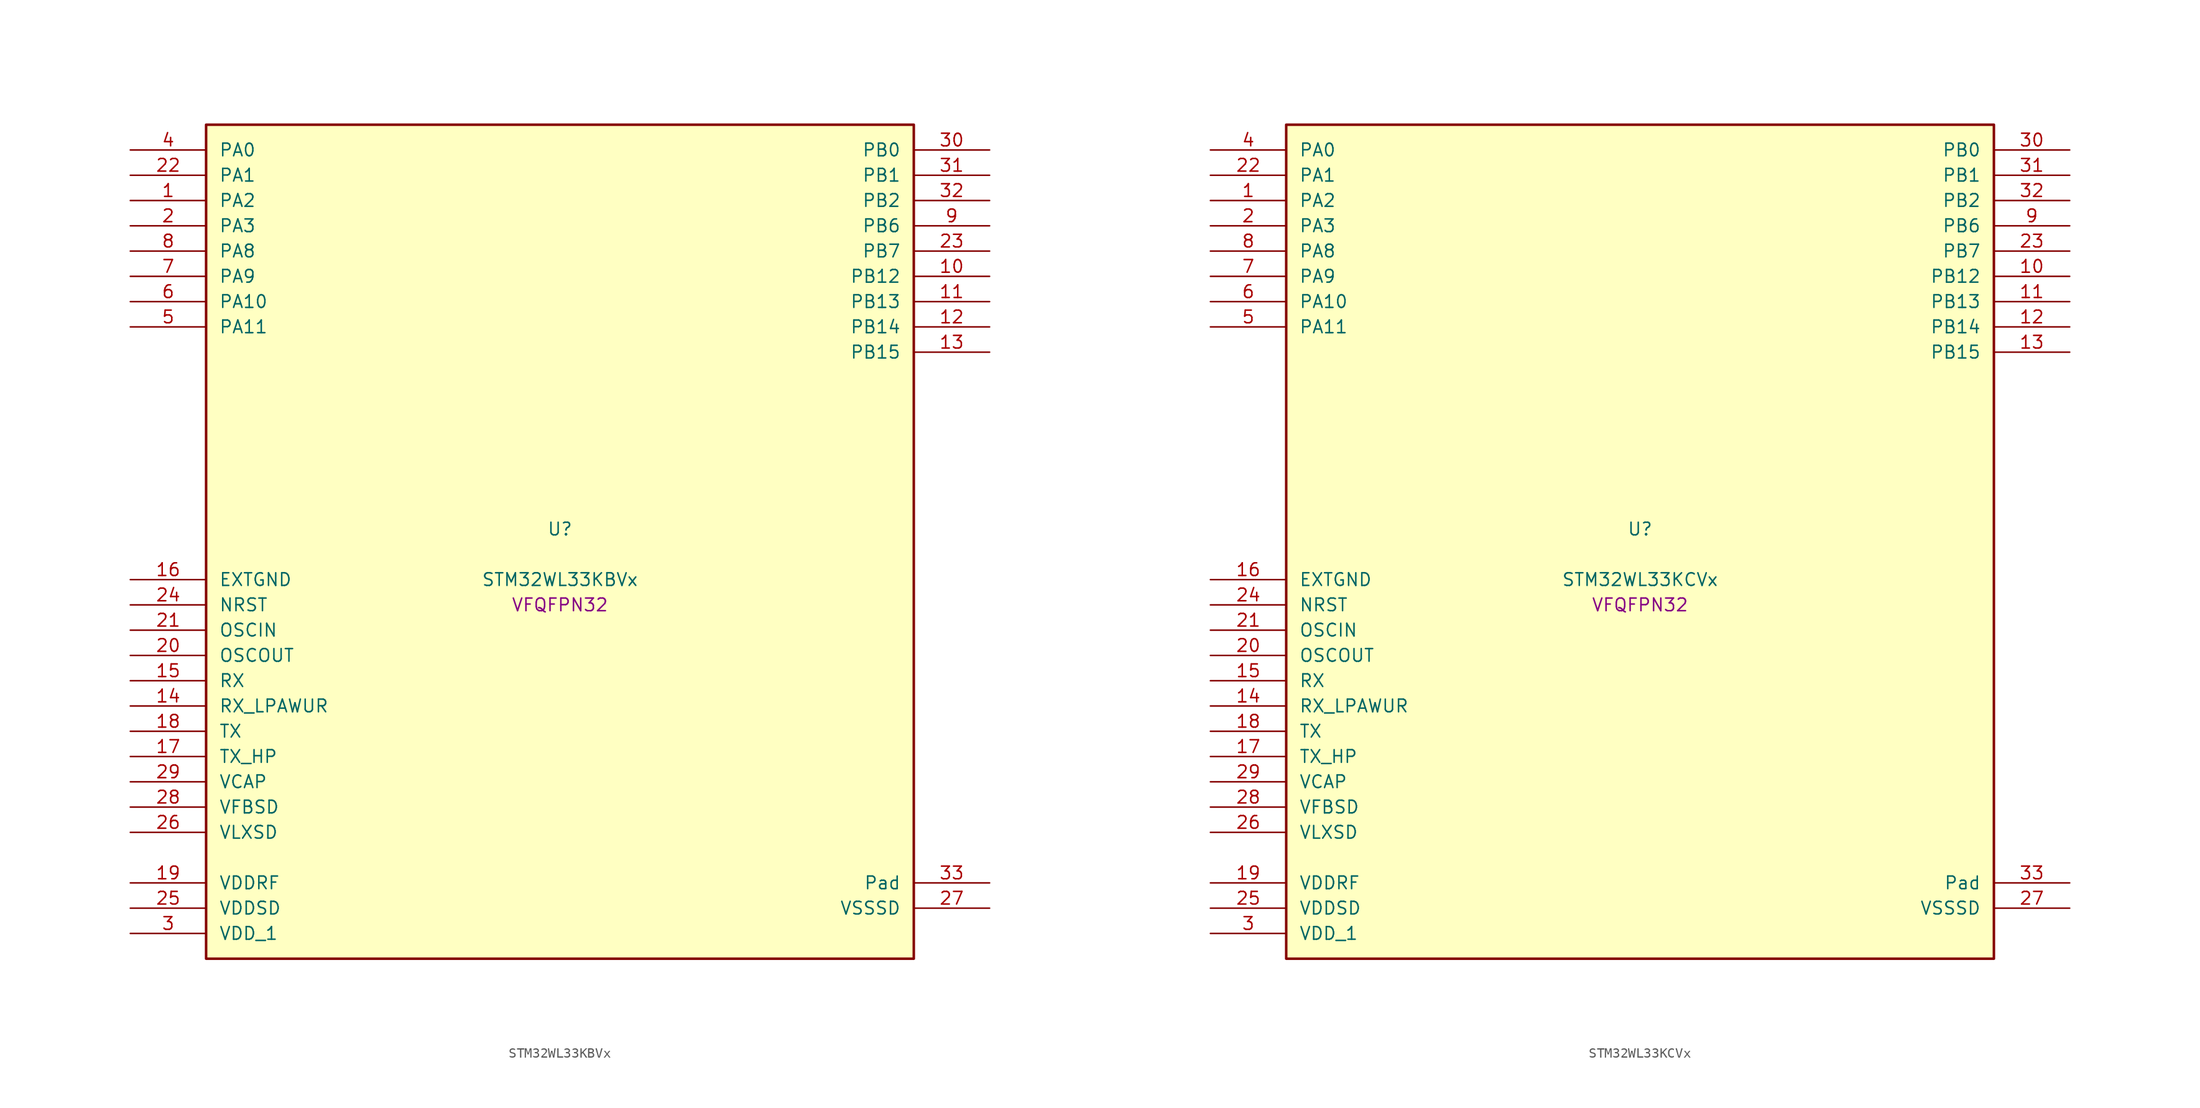
<source format=kicad_sym>
(kicad_symbol_lib
  (version 20241209)
  (generator "stm32_pkl_generator")
  (generator_version "1.0")
  (symbol "STM32WL33KBVx"
    (pin_names
      (offset 1.27))
    (property "Reference" "U"
      (at 0 2.54 0))
    (property "Value" "STM32WL33KBVx"
      (at 0 -2.54 0))
    (property "Footprint" "VFQFPN32"
      (at 0 -5.08 0))
    (symbol "STM32WL33KBVx_1_1"
      (rectangle (start -35.56 43.18) (end 35.56 -40.64) (stroke (width 0.254) (type solid)) (fill (type background)))
      (pin bidirectional line (at -43.18 40.64 0) (length 7.62) (name "PA0") (number "4") (alternate "PA0/I2C1_SCL" bidirectional line) (alternate "PA0/LCD_COM4" bidirectional line) (alternate "PA0/LCD_SEG12" bidirectional line) (alternate "PA0/PWR_WKUP12" bidirectional line) (alternate "PA0/TIM2_CH3" bidirectional line) (alternate "PA0/USART1_CTS" bidirectional line))
      (pin bidirectional line (at -43.18 38.1 0) (length 7.62) (name "PA1") (number "22") (alternate "PA1/I2C1_SDA" bidirectional line) (alternate "PA1/LCD_SEG0" bidirectional line) (alternate "PA1/PWR_WKUP13" bidirectional line) (alternate "PA1/TIM16_BRK" bidirectional line) (alternate "PA1/TIM2_CH4" bidirectional line) (alternate "PA1/USART1_TX" bidirectional line))
      (pin bidirectional line (at -43.18 35.56 0) (length 7.62) (name "PA2") (number "1") (alternate "PA2/ADC1_VINM2" bidirectional line) (alternate "PA2/DEBUG_SWDIO" bidirectional line) (alternate "PA2/I2S3_MCK" bidirectional line) (alternate "PA2/LCD_SEG1" bidirectional line) (alternate "PA2/PWR_WKUP14" bidirectional line) (alternate "PA2/TIM16_CH1" bidirectional line) (alternate "PA2/TIM2_CH1" bidirectional line) (alternate "PA2/USART1_CK" bidirectional line))
      (pin bidirectional line (at -43.18 33.02 0) (length 7.62) (name "PA3") (number "2") (alternate "PA3/ADC1_VINP2" bidirectional line) (alternate "PA3/DEBUG_SWCLK" bidirectional line) (alternate "PA3/I2S3_CK" bidirectional line) (alternate "PA3/LCD_SEG2" bidirectional line) (alternate "PA3/PWR_WKUP15" bidirectional line) (alternate "PA3/SPI3_SCK" bidirectional line) (alternate "PA3/TIM16_CH1N" bidirectional line) (alternate "PA3/TIM2_CH2" bidirectional line) (alternate "PA3/USART1_DE" bidirectional line) (alternate "PA3/USART1_RTS" bidirectional line))
      (pin bidirectional line (at -43.18 30.48 0) (length 7.62) (name "PA8") (number "8") (alternate "PA8/LCD_COM0" bidirectional line) (alternate "PA8/MRSUBG_RX_SEQUENCE" bidirectional line) (alternate "PA8/PWR_WKUP8" bidirectional line) (alternate "PA8/RTC_OUT" bidirectional line) (alternate "PA8/RTC_TAMP1" bidirectional line) (alternate "PA8/RTC_TS" bidirectional line) (alternate "PA8/SPI3_MISO" bidirectional line) (alternate "PA8/TIM2_CH3" bidirectional line) (alternate "PA8/USART1_RX" bidirectional line))
      (pin bidirectional line (at -43.18 27.94 0) (length 7.62) (name "PA9") (number "7") (alternate "PA9/I2S3_WS" bidirectional line) (alternate "PA9/LCD_SEG3" bidirectional line) (alternate "PA9/PWR_WKUP9" bidirectional line) (alternate "PA9/RTC_OUT" bidirectional line) (alternate "PA9/SPI3_NSS" bidirectional line) (alternate "PA9/TIM2_CH4" bidirectional line) (alternate "PA9/USART1_TX" bidirectional line))
      (pin bidirectional line (at -43.18 25.4 0) (length 7.62) (name "PA10") (number "6") (alternate "PA10/I2S3_MCK" bidirectional line) (alternate "PA10/LCD_SEG4" bidirectional line) (alternate "PA10/LPUART1_CTS" bidirectional line) (alternate "PA10/MRSUBG_TX_DATA" bidirectional line) (alternate "PA10/MRSUBG_TX_SEQUENCE" bidirectional line) (alternate "PA10/PWR_WKUP10" bidirectional line))
      (pin bidirectional line (at -43.18 22.86 0) (length 7.62) (name "PA11") (number "5") (alternate "PA11/I2S3_SD" bidirectional line) (alternate "PA11/LCD_SEG5" bidirectional line) (alternate "PA11/MRSUBG_RX_SEQUENCE" bidirectional line) (alternate "PA11/MRSUBG_TX_CLOCK" bidirectional line) (alternate "PA11/PWR_WKUP11" bidirectional line) (alternate "PA11/RCC_MCO" bidirectional line) (alternate "PA11/SPI3_MOSI" bidirectional line))
      (pin bidirectional line (at 43.18 40.64 180) (length 7.62) (name "PB0") (number "30") (alternate "PB0/ADC1_VINM1" bidirectional line) (alternate "PB0/COMP1_INM" bidirectional line) (alternate "PB0/LCD_COM1" bidirectional line) (alternate "PB0/LPUART1_DE" bidirectional line) (alternate "PB0/LPUART1_RTS" bidirectional line) (alternate "PB0/MRSUBG_ANTENNA_SWITCH" bidirectional line) (alternate "PB0/PWR_WKUP0" bidirectional line) (alternate "PB0/TIM16_CH1" bidirectional line) (alternate "PB0/USART1_RX" bidirectional line))
      (pin bidirectional line (at 43.18 38.1 180) (length 7.62) (name "PB1") (number "31") (alternate "PB1/ADC1_VINP1" bidirectional line) (alternate "PB1/COMP1_INP" bidirectional line) (alternate "PB1/DEBUG_SWDIO" bidirectional line) (alternate "PB1/LCD_SEG6" bidirectional line) (alternate "PB1/LCSC_LCA" bidirectional line) (alternate "PB1/MRSUBG_RX_DATA" bidirectional line) (alternate "PB1/PWR_WKUP1" bidirectional line) (alternate "PB1/TIM16_CH1N" bidirectional line) (alternate "PB1/USART1_CK" bidirectional line))
      (pin bidirectional line (at 43.18 35.56 180) (length 7.62) (name "PB2") (number "32") (alternate "PB2/ADC1_VINM0" bidirectional line) (alternate "PB2/COMP1_INP" bidirectional line) (alternate "PB2/DEBUG_SWCLK" bidirectional line) (alternate "PB2/LCD_SEG7" bidirectional line) (alternate "PB2/LCSC_LCT" bidirectional line) (alternate "PB2/MRSUBG_RX_CLOCK" bidirectional line) (alternate "PB2/PWR_WKUP2" bidirectional line) (alternate "PB2/TIM16_BRK" bidirectional line) (alternate "PB2/USART1_DE" bidirectional line) (alternate "PB2/USART1_RTS" bidirectional line))
      (pin bidirectional line (at 43.18 33.02 180) (length 7.62) (name "PB6") (number "9") (alternate "PB6/COMP1_OUT" bidirectional line) (alternate "PB6/I2C1_SCL" bidirectional line) (alternate "PB6/I2S3_CK" bidirectional line) (alternate "PB6/LCD_COM7" bidirectional line) (alternate "PB6/LCD_SEG15" bidirectional line) (alternate "PB6/LPUART1_TX" bidirectional line) (alternate "PB6/PWR_WKUP6" bidirectional line) (alternate "PB6/SPI3_SCK" bidirectional line) (alternate "PB6/TIM2_CH3" bidirectional line))
      (pin bidirectional line (at 43.18 30.48 180) (length 7.62) (name "PB7") (number "23") (alternate "PB7/I2C1_SDA" bidirectional line) (alternate "PB7/I2S3_SD" bidirectional line) (alternate "PB7/LCD_COM2" bidirectional line) (alternate "PB7/LPUART1_RX" bidirectional line) (alternate "PB7/PWR_WKUP7" bidirectional line) (alternate "PB7/SPI3_MOSI" bidirectional line) (alternate "PB7/TIM2_ETR" bidirectional line))
      (pin bidirectional line (at 43.18 27.94 180) (length 7.62) (name "PB12") (number "10") (alternate "PB12/LPUART1_CTS" bidirectional line) (alternate "PB12/RCC_LCO" bidirectional line) (alternate "PB12/RCC_OSC32_OUT" bidirectional line) (alternate "PB12/TIM2_CH3" bidirectional line) (alternate "PB12/USART1_DE" bidirectional line) (alternate "PB12/USART1_RTS" bidirectional line))
      (pin bidirectional line (at 43.18 25.4 180) (length 7.62) (name "PB13") (number "11") (alternate "PB13/I2C2_SMBA" bidirectional line) (alternate "PB13/RCC_OSC32_IN" bidirectional line) (alternate "PB13/TIM2_CH4" bidirectional line))
      (pin bidirectional line (at 43.18 22.86 180) (length 7.62) (name "PB14") (number "12") (alternate "PB14/I2C1_SMBA" bidirectional line) (alternate "PB14/LCD_COM3" bidirectional line) (alternate "PB14/MRSUBG_TX_SEQUENCE" bidirectional line) (alternate "PB14/PWR_PVD_IN" bidirectional line) (alternate "PB14/RCC_MCO" bidirectional line) (alternate "PB14/TIM2_ETR" bidirectional line) (alternate "PB14/USART1_RX" bidirectional line))
      (pin bidirectional line (at 43.18 20.32 180) (length 7.62) (name "PB15") (number "13") (alternate "PB15/COMP1_OUT" bidirectional line) (alternate "PB15/LCD_VLCD" bidirectional line) (alternate "PB15/USART1_TX" bidirectional line))
      (pin power_in line (at -43.18 -2.54 0) (length 7.62) (name "EXTGND") (number "16"))
      (pin input line (at -43.18 -5.08 0) (length 7.62) (name "NRST") (number "24"))
      (pin bidirectional line (at -43.18 -7.62 0) (length 7.62) (name "OSCIN") (number "21") (alternate "OSCIN/RCC_OSC_IN" bidirectional line))
      (pin bidirectional line (at -43.18 -10.16 0) (length 7.62) (name "OSCOUT") (number "20") (alternate "OSCOUT/RCC_OSC_OUT" bidirectional line))
      (pin input line (at -43.18 -12.7 0) (length 7.62) (name "RX") (number "15"))
      (pin input line (at -43.18 -15.24 0) (length 7.62) (name "RX_LPAWUR") (number "14"))
      (pin input line (at -43.18 -17.78 0) (length 7.62) (name "TX") (number "18"))
      (pin input line (at -43.18 -20.32 0) (length 7.62) (name "TX_HP") (number "17"))
      (pin power_in line (at -43.18 -22.86 0) (length 7.62) (name "VCAP") (number "29"))
      (pin power_in line (at -43.18 -25.4 0) (length 7.62) (name "VFBSD") (number "28"))
      (pin power_in line (at -43.18 -27.94 0) (length 7.62) (name "VLXSD") (number "26"))
      (pin power_in line (at -43.18 -33.02 0) (length 7.62) (name "VDDRF") (number "19"))
      (pin power_in line (at -43.18 -35.56 0) (length 7.62) (name "VDDSD") (number "25"))
      (pin power_in line (at -43.18 -38.1 0) (length 7.62) (name "VDD_1") (number "3"))
      (pin passive line (at 43.18 -33.02 180) (length 7.62) (name "Pad") (number "33"))
      (pin power_in line (at 43.18 -35.56 180) (length 7.62) (name "VSSSD") (number "27"))))
  (symbol "STM32WL33KCVx"
    (pin_names
      (offset 1.27))
    (property "Reference" "U"
      (at 0 2.54 0))
    (property "Value" "STM32WL33KCVx"
      (at 0 -2.54 0))
    (property "Footprint" "VFQFPN32"
      (at 0 -5.08 0))
    (symbol "STM32WL33KCVx_1_1"
      (rectangle (start -35.56 43.18) (end 35.56 -40.64) (stroke (width 0.254) (type solid)) (fill (type background)))
      (pin bidirectional line (at -43.18 40.64 0) (length 7.62) (name "PA0") (number "4") (alternate "PA0/I2C1_SCL" bidirectional line) (alternate "PA0/LCD_COM4" bidirectional line) (alternate "PA0/LCD_SEG12" bidirectional line) (alternate "PA0/PWR_WKUP12" bidirectional line) (alternate "PA0/TIM2_CH3" bidirectional line) (alternate "PA0/USART1_CTS" bidirectional line))
      (pin bidirectional line (at -43.18 38.1 0) (length 7.62) (name "PA1") (number "22") (alternate "PA1/I2C1_SDA" bidirectional line) (alternate "PA1/LCD_SEG0" bidirectional line) (alternate "PA1/PWR_WKUP13" bidirectional line) (alternate "PA1/TIM16_BRK" bidirectional line) (alternate "PA1/TIM2_CH4" bidirectional line) (alternate "PA1/USART1_TX" bidirectional line))
      (pin bidirectional line (at -43.18 35.56 0) (length 7.62) (name "PA2") (number "1") (alternate "PA2/ADC1_VINM2" bidirectional line) (alternate "PA2/DEBUG_SWDIO" bidirectional line) (alternate "PA2/I2S3_MCK" bidirectional line) (alternate "PA2/LCD_SEG1" bidirectional line) (alternate "PA2/PWR_WKUP14" bidirectional line) (alternate "PA2/TIM16_CH1" bidirectional line) (alternate "PA2/TIM2_CH1" bidirectional line) (alternate "PA2/USART1_CK" bidirectional line))
      (pin bidirectional line (at -43.18 33.02 0) (length 7.62) (name "PA3") (number "2") (alternate "PA3/ADC1_VINP2" bidirectional line) (alternate "PA3/DEBUG_SWCLK" bidirectional line) (alternate "PA3/I2S3_CK" bidirectional line) (alternate "PA3/LCD_SEG2" bidirectional line) (alternate "PA3/PWR_WKUP15" bidirectional line) (alternate "PA3/SPI3_SCK" bidirectional line) (alternate "PA3/TIM16_CH1N" bidirectional line) (alternate "PA3/TIM2_CH2" bidirectional line) (alternate "PA3/USART1_DE" bidirectional line) (alternate "PA3/USART1_RTS" bidirectional line))
      (pin bidirectional line (at -43.18 30.48 0) (length 7.62) (name "PA8") (number "8") (alternate "PA8/LCD_COM0" bidirectional line) (alternate "PA8/MRSUBG_RX_SEQUENCE" bidirectional line) (alternate "PA8/PWR_WKUP8" bidirectional line) (alternate "PA8/RTC_OUT" bidirectional line) (alternate "PA8/RTC_TAMP1" bidirectional line) (alternate "PA8/RTC_TS" bidirectional line) (alternate "PA8/SPI3_MISO" bidirectional line) (alternate "PA8/TIM2_CH3" bidirectional line) (alternate "PA8/USART1_RX" bidirectional line))
      (pin bidirectional line (at -43.18 27.94 0) (length 7.62) (name "PA9") (number "7") (alternate "PA9/I2S3_WS" bidirectional line) (alternate "PA9/LCD_SEG3" bidirectional line) (alternate "PA9/PWR_WKUP9" bidirectional line) (alternate "PA9/RTC_OUT" bidirectional line) (alternate "PA9/SPI3_NSS" bidirectional line) (alternate "PA9/TIM2_CH4" bidirectional line) (alternate "PA9/USART1_TX" bidirectional line))
      (pin bidirectional line (at -43.18 25.4 0) (length 7.62) (name "PA10") (number "6") (alternate "PA10/I2S3_MCK" bidirectional line) (alternate "PA10/LCD_SEG4" bidirectional line) (alternate "PA10/LPUART1_CTS" bidirectional line) (alternate "PA10/MRSUBG_TX_DATA" bidirectional line) (alternate "PA10/MRSUBG_TX_SEQUENCE" bidirectional line) (alternate "PA10/PWR_WKUP10" bidirectional line))
      (pin bidirectional line (at -43.18 22.86 0) (length 7.62) (name "PA11") (number "5") (alternate "PA11/I2S3_SD" bidirectional line) (alternate "PA11/LCD_SEG5" bidirectional line) (alternate "PA11/MRSUBG_RX_SEQUENCE" bidirectional line) (alternate "PA11/MRSUBG_TX_CLOCK" bidirectional line) (alternate "PA11/PWR_WKUP11" bidirectional line) (alternate "PA11/RCC_MCO" bidirectional line) (alternate "PA11/SPI3_MOSI" bidirectional line))
      (pin bidirectional line (at 43.18 40.64 180) (length 7.62) (name "PB0") (number "30") (alternate "PB0/ADC1_VINM1" bidirectional line) (alternate "PB0/COMP1_INM" bidirectional line) (alternate "PB0/LCD_COM1" bidirectional line) (alternate "PB0/LPUART1_DE" bidirectional line) (alternate "PB0/LPUART1_RTS" bidirectional line) (alternate "PB0/MRSUBG_ANTENNA_SWITCH" bidirectional line) (alternate "PB0/PWR_WKUP0" bidirectional line) (alternate "PB0/TIM16_CH1" bidirectional line) (alternate "PB0/USART1_RX" bidirectional line))
      (pin bidirectional line (at 43.18 38.1 180) (length 7.62) (name "PB1") (number "31") (alternate "PB1/ADC1_VINP1" bidirectional line) (alternate "PB1/COMP1_INP" bidirectional line) (alternate "PB1/DEBUG_SWDIO" bidirectional line) (alternate "PB1/LCD_SEG6" bidirectional line) (alternate "PB1/LCSC_LCA" bidirectional line) (alternate "PB1/MRSUBG_RX_DATA" bidirectional line) (alternate "PB1/PWR_WKUP1" bidirectional line) (alternate "PB1/TIM16_CH1N" bidirectional line) (alternate "PB1/USART1_CK" bidirectional line))
      (pin bidirectional line (at 43.18 35.56 180) (length 7.62) (name "PB2") (number "32") (alternate "PB2/ADC1_VINM0" bidirectional line) (alternate "PB2/COMP1_INP" bidirectional line) (alternate "PB2/DEBUG_SWCLK" bidirectional line) (alternate "PB2/LCD_SEG7" bidirectional line) (alternate "PB2/LCSC_LCT" bidirectional line) (alternate "PB2/MRSUBG_RX_CLOCK" bidirectional line) (alternate "PB2/PWR_WKUP2" bidirectional line) (alternate "PB2/TIM16_BRK" bidirectional line) (alternate "PB2/USART1_DE" bidirectional line) (alternate "PB2/USART1_RTS" bidirectional line))
      (pin bidirectional line (at 43.18 33.02 180) (length 7.62) (name "PB6") (number "9") (alternate "PB6/COMP1_OUT" bidirectional line) (alternate "PB6/I2C1_SCL" bidirectional line) (alternate "PB6/I2S3_CK" bidirectional line) (alternate "PB6/LCD_COM7" bidirectional line) (alternate "PB6/LCD_SEG15" bidirectional line) (alternate "PB6/LPUART1_TX" bidirectional line) (alternate "PB6/PWR_WKUP6" bidirectional line) (alternate "PB6/SPI3_SCK" bidirectional line) (alternate "PB6/TIM2_CH3" bidirectional line))
      (pin bidirectional line (at 43.18 30.48 180) (length 7.62) (name "PB7") (number "23") (alternate "PB7/I2C1_SDA" bidirectional line) (alternate "PB7/I2S3_SD" bidirectional line) (alternate "PB7/LCD_COM2" bidirectional line) (alternate "PB7/LPUART1_RX" bidirectional line) (alternate "PB7/PWR_WKUP7" bidirectional line) (alternate "PB7/SPI3_MOSI" bidirectional line) (alternate "PB7/TIM2_ETR" bidirectional line))
      (pin bidirectional line (at 43.18 27.94 180) (length 7.62) (name "PB12") (number "10") (alternate "PB12/LPUART1_CTS" bidirectional line) (alternate "PB12/RCC_LCO" bidirectional line) (alternate "PB12/RCC_OSC32_OUT" bidirectional line) (alternate "PB12/TIM2_CH3" bidirectional line) (alternate "PB12/USART1_DE" bidirectional line) (alternate "PB12/USART1_RTS" bidirectional line))
      (pin bidirectional line (at 43.18 25.4 180) (length 7.62) (name "PB13") (number "11") (alternate "PB13/I2C2_SMBA" bidirectional line) (alternate "PB13/RCC_OSC32_IN" bidirectional line) (alternate "PB13/TIM2_CH4" bidirectional line))
      (pin bidirectional line (at 43.18 22.86 180) (length 7.62) (name "PB14") (number "12") (alternate "PB14/I2C1_SMBA" bidirectional line) (alternate "PB14/LCD_COM3" bidirectional line) (alternate "PB14/MRSUBG_TX_SEQUENCE" bidirectional line) (alternate "PB14/PWR_PVD_IN" bidirectional line) (alternate "PB14/RCC_MCO" bidirectional line) (alternate "PB14/TIM2_ETR" bidirectional line) (alternate "PB14/USART1_RX" bidirectional line))
      (pin bidirectional line (at 43.18 20.32 180) (length 7.62) (name "PB15") (number "13") (alternate "PB15/COMP1_OUT" bidirectional line) (alternate "PB15/LCD_VLCD" bidirectional line) (alternate "PB15/USART1_TX" bidirectional line))
      (pin power_in line (at -43.18 -2.54 0) (length 7.62) (name "EXTGND") (number "16"))
      (pin input line (at -43.18 -5.08 0) (length 7.62) (name "NRST") (number "24"))
      (pin bidirectional line (at -43.18 -7.62 0) (length 7.62) (name "OSCIN") (number "21") (alternate "OSCIN/RCC_OSC_IN" bidirectional line))
      (pin bidirectional line (at -43.18 -10.16 0) (length 7.62) (name "OSCOUT") (number "20") (alternate "OSCOUT/RCC_OSC_OUT" bidirectional line))
      (pin input line (at -43.18 -12.7 0) (length 7.62) (name "RX") (number "15"))
      (pin input line (at -43.18 -15.24 0) (length 7.62) (name "RX_LPAWUR") (number "14"))
      (pin input line (at -43.18 -17.78 0) (length 7.62) (name "TX") (number "18"))
      (pin input line (at -43.18 -20.32 0) (length 7.62) (name "TX_HP") (number "17"))
      (pin power_in line (at -43.18 -22.86 0) (length 7.62) (name "VCAP") (number "29"))
      (pin power_in line (at -43.18 -25.4 0) (length 7.62) (name "VFBSD") (number "28"))
      (pin power_in line (at -43.18 -27.94 0) (length 7.62) (name "VLXSD") (number "26"))
      (pin power_in line (at -43.18 -33.02 0) (length 7.62) (name "VDDRF") (number "19"))
      (pin power_in line (at -43.18 -35.56 0) (length 7.62) (name "VDDSD") (number "25"))
      (pin power_in line (at -43.18 -38.1 0) (length 7.62) (name "VDD_1") (number "3"))
      (pin passive line (at 43.18 -33.02 180) (length 7.62) (name "Pad") (number "33"))
      (pin power_in line (at 43.18 -35.56 180) (length 7.62) (name "VSSSD") (number "27")))))
</source>
